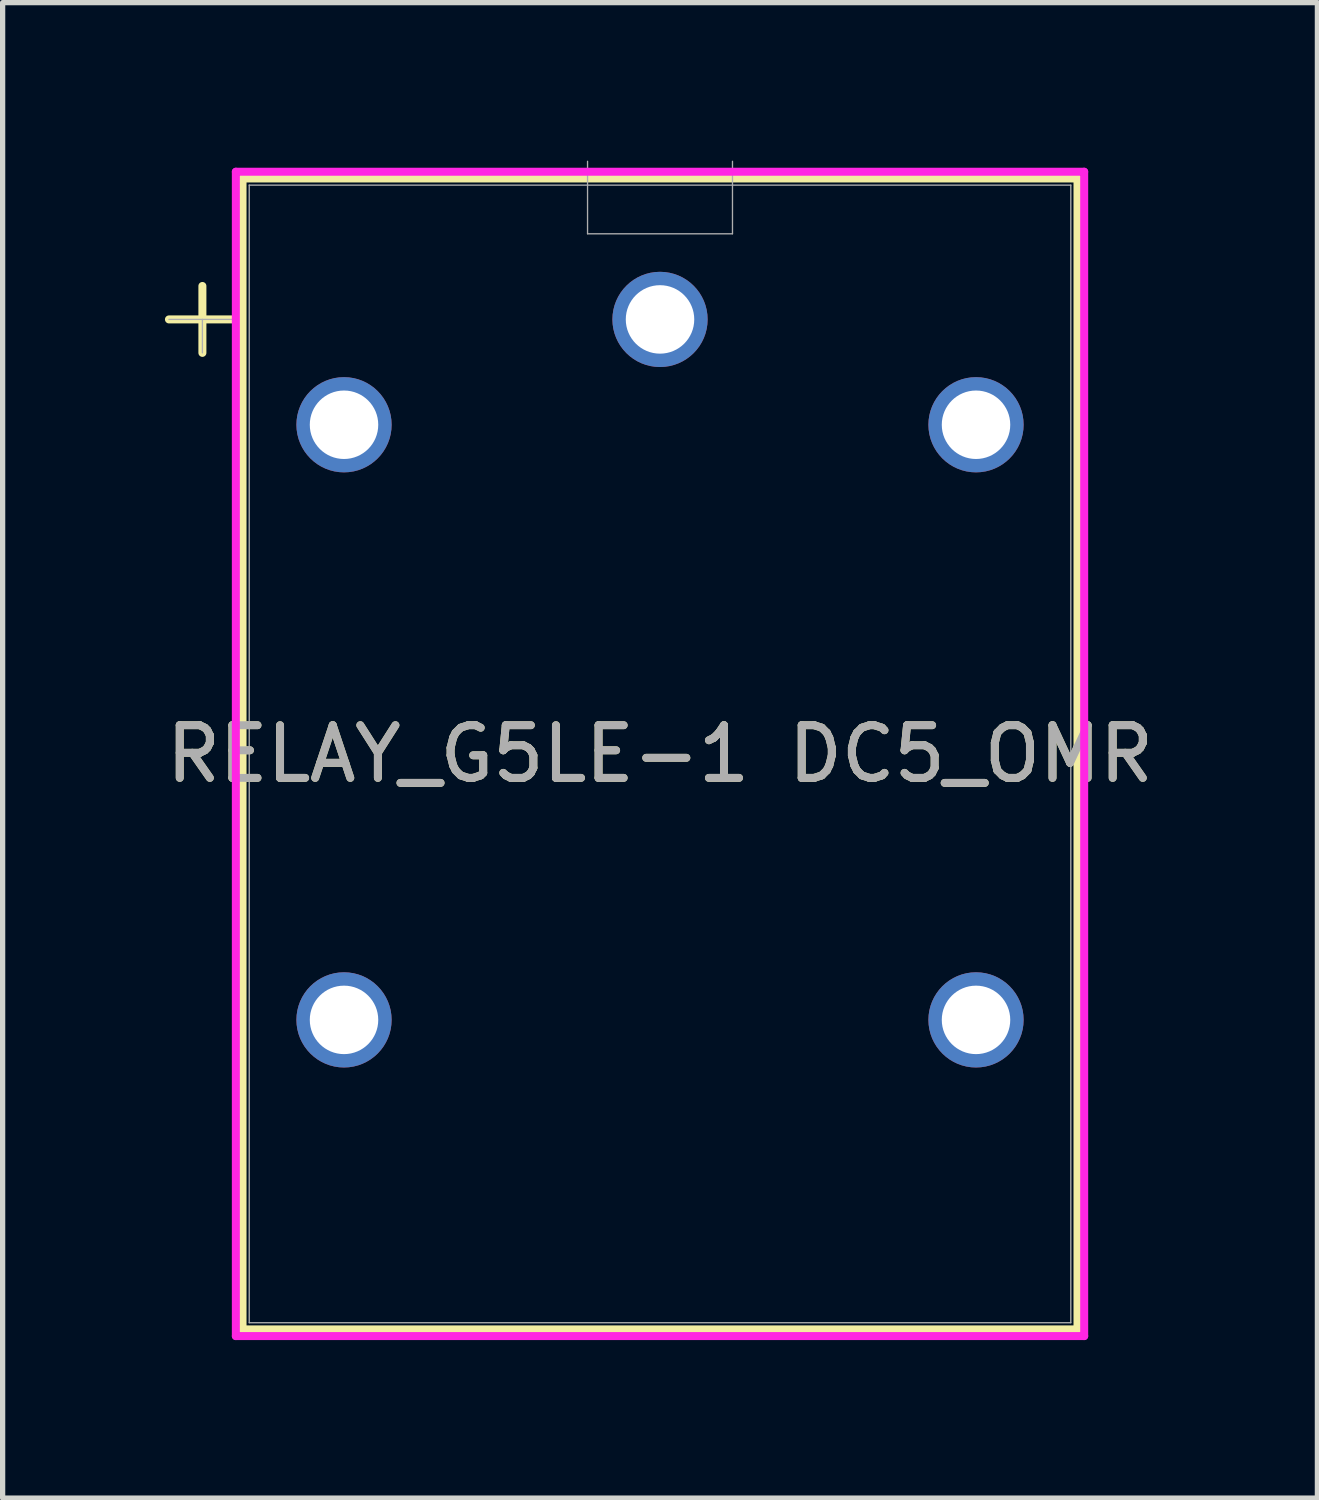
<source format=kicad_pcb>
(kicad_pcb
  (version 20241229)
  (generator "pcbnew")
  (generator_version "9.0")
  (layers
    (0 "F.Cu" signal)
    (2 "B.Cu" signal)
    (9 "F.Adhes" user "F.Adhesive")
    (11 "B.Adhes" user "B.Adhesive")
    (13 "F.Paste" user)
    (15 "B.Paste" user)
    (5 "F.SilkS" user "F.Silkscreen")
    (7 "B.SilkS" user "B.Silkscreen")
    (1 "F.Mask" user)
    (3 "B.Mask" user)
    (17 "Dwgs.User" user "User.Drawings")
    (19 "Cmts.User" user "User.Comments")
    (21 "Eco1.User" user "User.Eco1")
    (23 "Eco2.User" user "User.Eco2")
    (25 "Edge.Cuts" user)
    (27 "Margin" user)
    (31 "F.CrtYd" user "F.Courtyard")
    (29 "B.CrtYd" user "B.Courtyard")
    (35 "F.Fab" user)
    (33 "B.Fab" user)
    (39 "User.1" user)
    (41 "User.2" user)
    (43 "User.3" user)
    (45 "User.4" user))
  (footprint "RELAY_G5LE-1 DC5_OMR"
    (layer "F.Cu")
    (at 9.482 19.515)
    (property "Reference" "RELAY_G5LE-1 DC5_OMR" (at 0 -8.25 0) (unlocked yes) (layer "F.SilkS") (effects (font (size 1 1) (thickness 0.15))))
    (attr through_hole)
    (fp_line (start -9.324 -16.5) (end -8.054 -16.5) (stroke (width 0.152) (type solid)) (layer "F.SilkS"))
    (fp_line (start -8.689 -17.135) (end -8.689 -15.865) (stroke (width 0.152) (type solid)) (layer "F.SilkS"))
    (fp_line (start -7.927 -19.177) (end -7.927 2.677) (stroke (width 0.152) (type solid)) (layer "F.SilkS"))
    (fp_line (start 7.927 -19.177) (end -7.927 -19.177) (stroke (width 0.152) (type solid)) (layer "F.SilkS"))
    (fp_line (start 7.927 -19.177) (end 7.927 2.677) (stroke (width 0.152) (type solid)) (layer "F.SilkS"))
    (fp_line (start 7.927 2.677) (end -7.927 2.677) (stroke (width 0.152) (type solid)) (layer "F.SilkS"))
    (fp_line (start -8.054 -19.304) (end -8.054 2.804) (stroke (width 0.152) (type solid)) (layer "F.CrtYd"))
    (fp_line (start -8.054 2.804) (end 8.054 2.804) (stroke (width 0.152) (type solid)) (layer "F.CrtYd"))
    (fp_line (start 8.054 -19.304) (end -8.054 -19.304) (stroke (width 0.152) (type solid)) (layer "F.CrtYd"))
    (fp_line (start 8.054 2.804) (end 8.054 -19.304) (stroke (width 0.152) (type solid)) (layer "F.CrtYd"))
    (fp_line (start -9.324 -16.5) (end -8.054 -16.5) (stroke (width 0.025) (type solid)) (layer "F.Fab"))
    (fp_line (start -8.689 -16.5) (end -8.689 -15.865) (stroke (width 0.025) (type solid)) (layer "F.Fab"))
    (fp_line (start -7.8 -19.05) (end -7.8 2.55) (stroke (width 0.025) (type solid)) (layer "F.Fab"))
    (fp_line (start -1.376 -18.126) (end -1.376 -19.502) (stroke (width 0.025) (type solid)) (layer "F.Fab"))
    (fp_line (start 1.376 -19.502) (end 1.376 -18.126) (stroke (width 0.025) (type solid)) (layer "F.Fab"))
    (fp_line (start 1.376 -18.126) (end -1.376 -18.126) (stroke (width 0.025) (type solid)) (layer "F.Fab"))
    (fp_line (start 7.8 -19.05) (end -7.8 -19.05) (stroke (width 0.025) (type solid)) (layer "F.Fab"))
    (fp_line (start 7.8 -19.05) (end 7.8 2.55) (stroke (width 0.025) (type solid)) (layer "F.Fab"))
    (fp_line (start 7.8 2.55) (end -7.8 2.55) (stroke (width 0.025) (type solid)) (layer "F.Fab"))
    (fp_text user "${REFERENCE}" (at 0 -8.25 0) (unlocked yes) (layer "F.Fab") (effects (font (size 1 1) (thickness 0.15))))
    (pad "1" thru_hole circle (at 0 -16.5) (size 1.808 1.808) (drill 1.3) (layers "*.Cu" "*.Mask"))
    (pad "2" thru_hole circle (at -6 -14.5) (size 1.808 1.808) (drill 1.3) (layers "*.Cu" "*.Mask"))
    (pad "3" thru_hole circle (at -6 -3.2) (size 1.808 1.808) (drill 1.3) (layers "*.Cu" "*.Mask"))
    (pad "4" thru_hole circle (at 6 -3.2) (size 1.808 1.808) (drill 1.3) (layers "*.Cu" "*.Mask"))
    (pad "5" thru_hole circle (at 6 -14.5) (size 1.808 1.808) (drill 1.3) (layers "*.Cu" "*.Mask")))
  (gr_rect
    (start -3 -3)
    (end 21.964 25.395)
    (stroke (width 0.1) (type default))
    (fill no)
    (layer "Edge.Cuts")))
</source>
